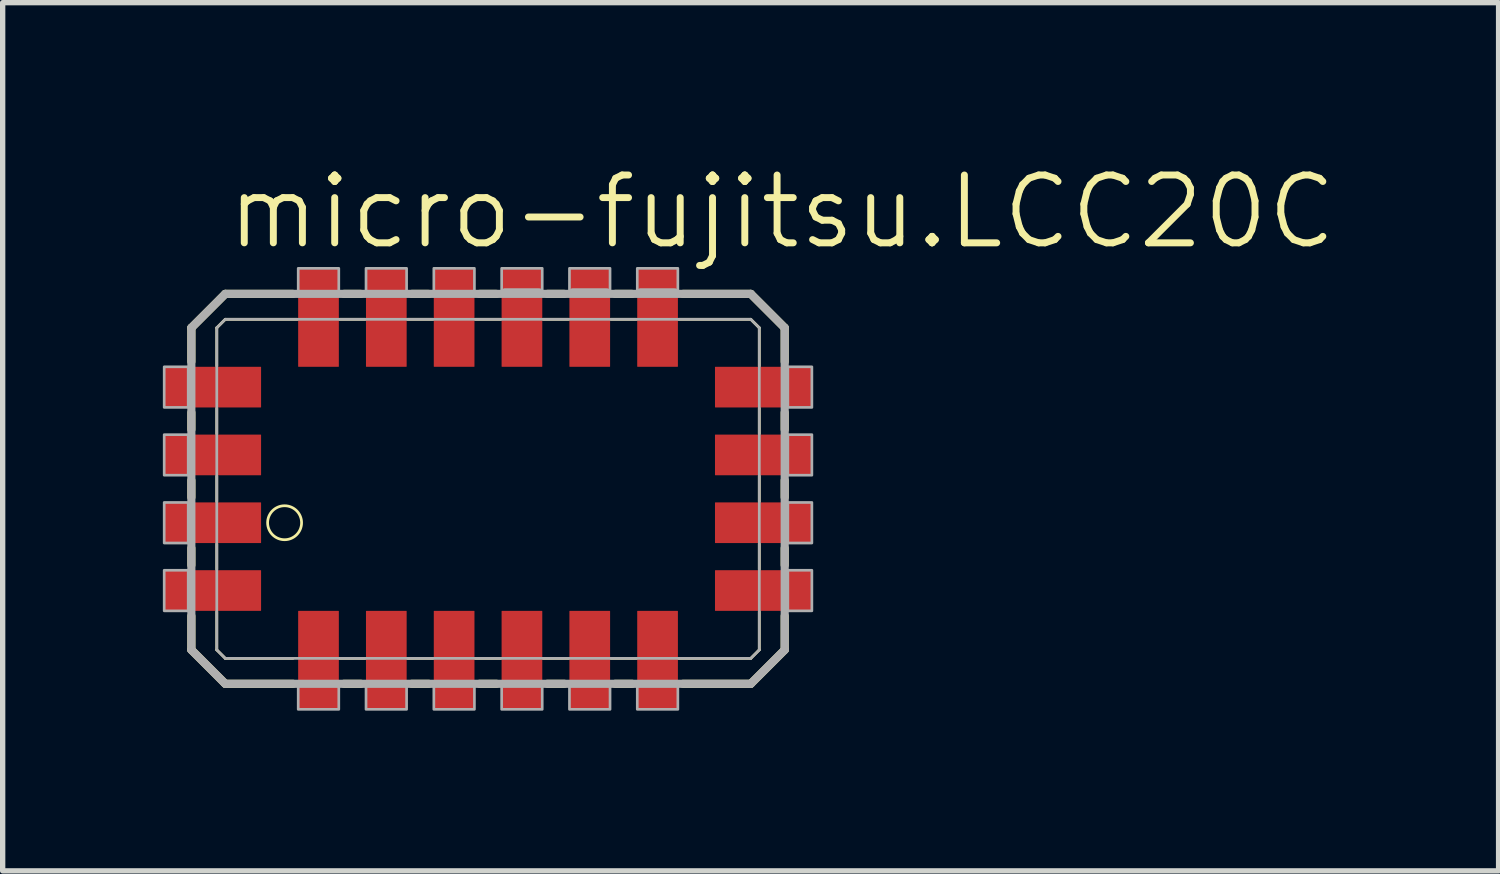
<source format=kicad_pcb>
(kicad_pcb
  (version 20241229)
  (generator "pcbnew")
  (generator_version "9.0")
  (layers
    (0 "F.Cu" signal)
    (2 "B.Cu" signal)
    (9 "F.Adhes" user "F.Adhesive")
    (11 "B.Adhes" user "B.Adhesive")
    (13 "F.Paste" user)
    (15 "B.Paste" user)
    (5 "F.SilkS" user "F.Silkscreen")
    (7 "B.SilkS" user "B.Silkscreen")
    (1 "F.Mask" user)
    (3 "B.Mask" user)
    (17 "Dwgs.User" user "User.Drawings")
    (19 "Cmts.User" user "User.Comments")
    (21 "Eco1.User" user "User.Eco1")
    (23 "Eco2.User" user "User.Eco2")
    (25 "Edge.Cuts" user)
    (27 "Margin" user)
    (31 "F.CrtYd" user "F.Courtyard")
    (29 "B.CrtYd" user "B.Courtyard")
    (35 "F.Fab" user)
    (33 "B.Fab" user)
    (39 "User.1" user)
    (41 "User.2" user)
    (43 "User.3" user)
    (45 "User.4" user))
  (footprint "micro-fujitsu.LCC20C"
    (layer "F.Cu")
    (at 5.455 6.105)
    (property "Reference" "micro-fujitsu.LCC20C" (at -4.318 -4.445 0) (layer "F.SilkS") (effects (font (size 1.27 1.27) (thickness 0.13)) (justify left bottom)))
    (attr smd)
    (fp_line (start -4.921 -3.016) (end -4.921 -2.381) (stroke (width 0.152) (type default)) (layer "F.SilkS"))
    (fp_line (start -4.921 -1.429) (end -4.921 -1.111) (stroke (width 0.152) (type default)) (layer "F.SilkS"))
    (fp_line (start -4.921 -0.159) (end -4.921 0.159) (stroke (width 0.152) (type default)) (layer "F.SilkS"))
    (fp_line (start -4.921 1.111) (end -4.921 1.429) (stroke (width 0.152) (type default)) (layer "F.SilkS"))
    (fp_line (start -4.921 2.381) (end -4.921 3.016) (stroke (width 0.152) (type default)) (layer "F.SilkS"))
    (fp_line (start -4.921 3.016) (end -4.286 3.651) (stroke (width 0.152) (type default)) (layer "F.SilkS"))
    (fp_line (start -4.445 -3.016) (end -4.286 -3.175) (stroke (width 0.051) (type default)) (layer "F.SilkS"))
    (fp_line (start -4.445 -2.302) (end -4.445 -3.016) (stroke (width 0.051) (type default)) (layer "F.SilkS"))
    (fp_line (start -4.445 -1.032) (end -4.445 -1.508) (stroke (width 0.051) (type default)) (layer "F.SilkS"))
    (fp_line (start -4.445 0.238) (end -4.445 -0.238) (stroke (width 0.051) (type default)) (layer "F.SilkS"))
    (fp_line (start -4.445 1.508) (end -4.445 1.032) (stroke (width 0.051) (type default)) (layer "F.SilkS"))
    (fp_line (start -4.445 3.016) (end -4.445 2.302) (stroke (width 0.051) (type default)) (layer "F.SilkS"))
    (fp_line (start -4.286 -3.651) (end -4.921 -3.016) (stroke (width 0.152) (type default)) (layer "F.SilkS"))
    (fp_line (start -4.286 -3.175) (end -2.937 -3.175) (stroke (width 0.051) (type default)) (layer "F.SilkS"))
    (fp_line (start -4.286 3.175) (end -4.445 3.016) (stroke (width 0.051) (type default)) (layer "F.SilkS"))
    (fp_line (start -4.286 3.651) (end -3.016 3.651) (stroke (width 0.152) (type default)) (layer "F.SilkS"))
    (fp_line (start -3.016 -3.651) (end -4.286 -3.651) (stroke (width 0.152) (type default)) (layer "F.SilkS"))
    (fp_line (start -3.016 3.175) (end -4.286 3.175) (stroke (width 0.051) (type default)) (layer "F.SilkS"))
    (fp_line (start -2.143 -3.175) (end -1.667 -3.175) (stroke (width 0.051) (type default)) (layer "F.SilkS"))
    (fp_line (start -2.064 3.651) (end -1.746 3.651) (stroke (width 0.152) (type default)) (layer "F.SilkS"))
    (fp_line (start -1.746 -3.651) (end -2.064 -3.651) (stroke (width 0.152) (type default)) (layer "F.SilkS"))
    (fp_line (start -1.667 3.175) (end -2.143 3.175) (stroke (width 0.051) (type default)) (layer "F.SilkS"))
    (fp_line (start -0.873 -3.175) (end -0.397 -3.175) (stroke (width 0.051) (type default)) (layer "F.SilkS"))
    (fp_line (start -0.794 3.651) (end -0.476 3.651) (stroke (width 0.152) (type default)) (layer "F.SilkS"))
    (fp_line (start -0.476 -3.651) (end -0.794 -3.651) (stroke (width 0.152) (type default)) (layer "F.SilkS"))
    (fp_line (start -0.397 3.175) (end -0.873 3.175) (stroke (width 0.051) (type default)) (layer "F.SilkS"))
    (fp_line (start 0.397 -3.175) (end 0.873 -3.175) (stroke (width 0.051) (type default)) (layer "F.SilkS"))
    (fp_line (start 0.476 3.651) (end 0.794 3.651) (stroke (width 0.152) (type default)) (layer "F.SilkS"))
    (fp_line (start 0.794 -3.651) (end 0.476 -3.651) (stroke (width 0.152) (type default)) (layer "F.SilkS"))
    (fp_line (start 0.873 3.175) (end 0.397 3.175) (stroke (width 0.051) (type default)) (layer "F.SilkS"))
    (fp_line (start 1.667 -3.175) (end 2.143 -3.175) (stroke (width 0.051) (type default)) (layer "F.SilkS"))
    (fp_line (start 1.746 3.651) (end 2.064 3.651) (stroke (width 0.152) (type default)) (layer "F.SilkS"))
    (fp_line (start 2.064 -3.651) (end 1.746 -3.651) (stroke (width 0.152) (type default)) (layer "F.SilkS"))
    (fp_line (start 2.143 3.175) (end 1.667 3.175) (stroke (width 0.051) (type default)) (layer "F.SilkS"))
    (fp_line (start 2.937 -3.175) (end 3.413 -3.175) (stroke (width 0.051) (type default)) (layer "F.SilkS"))
    (fp_line (start 3.016 3.651) (end 3.334 3.651) (stroke (width 0.152) (type default)) (layer "F.SilkS"))
    (fp_line (start 3.334 -3.651) (end 3.016 -3.651) (stroke (width 0.152) (type default)) (layer "F.SilkS"))
    (fp_line (start 3.413 3.175) (end 2.937 3.175) (stroke (width 0.051) (type default)) (layer "F.SilkS"))
    (fp_line (start 4.207 -3.175) (end 5.556 -3.175) (stroke (width 0.051) (type default)) (layer "F.SilkS"))
    (fp_line (start 4.286 3.651) (end 5.556 3.651) (stroke (width 0.152) (type default)) (layer "F.SilkS"))
    (fp_line (start 5.556 -3.651) (end 4.286 -3.651) (stroke (width 0.152) (type default)) (layer "F.SilkS"))
    (fp_line (start 5.556 -3.175) (end 5.715 -3.016) (stroke (width 0.051) (type default)) (layer "F.SilkS"))
    (fp_line (start 5.556 3.175) (end 4.207 3.175) (stroke (width 0.051) (type default)) (layer "F.SilkS"))
    (fp_line (start 5.556 3.651) (end 6.191 3.016) (stroke (width 0.152) (type default)) (layer "F.SilkS"))
    (fp_line (start 5.715 -3.016) (end 5.715 -2.302) (stroke (width 0.051) (type default)) (layer "F.SilkS"))
    (fp_line (start 5.715 -1.508) (end 5.715 -1.032) (stroke (width 0.051) (type default)) (layer "F.SilkS"))
    (fp_line (start 5.715 -0.238) (end 5.715 0.238) (stroke (width 0.051) (type default)) (layer "F.SilkS"))
    (fp_line (start 5.715 1.032) (end 5.715 1.508) (stroke (width 0.051) (type default)) (layer "F.SilkS"))
    (fp_line (start 5.715 2.302) (end 5.715 3.016) (stroke (width 0.051) (type default)) (layer "F.SilkS"))
    (fp_line (start 5.715 3.016) (end 5.556 3.175) (stroke (width 0.051) (type default)) (layer "F.SilkS"))
    (fp_line (start 6.191 -3.016) (end 5.556 -3.651) (stroke (width 0.152) (type default)) (layer "F.SilkS"))
    (fp_line (start 6.191 -2.381) (end 6.191 -3.016) (stroke (width 0.152) (type default)) (layer "F.SilkS"))
    (fp_line (start 6.191 -1.111) (end 6.191 -1.429) (stroke (width 0.152) (type default)) (layer "F.SilkS"))
    (fp_line (start 6.191 0.159) (end 6.191 -0.159) (stroke (width 0.152) (type default)) (layer "F.SilkS"))
    (fp_line (start 6.191 1.429) (end 6.191 1.111) (stroke (width 0.152) (type default)) (layer "F.SilkS"))
    (fp_line (start 6.191 3.016) (end 6.191 2.381) (stroke (width 0.152) (type default)) (layer "F.SilkS"))
    (fp_circle (center -3.175 0.635) (end -2.857 0.635) (stroke (width 0.051) (type default)) (fill no) (layer "F.SilkS"))
    (fp_line (start -4.921 -3.016) (end -4.921 3.016) (stroke (width 0.152) (type default)) (layer "F.Fab"))
    (fp_line (start -4.921 3.016) (end -4.286 3.651) (stroke (width 0.152) (type default)) (layer "F.Fab"))
    (fp_line (start -4.445 -3.016) (end -4.286 -3.175) (stroke (width 0.051) (type default)) (layer "F.Fab"))
    (fp_line (start -4.445 3.016) (end -4.445 -3.016) (stroke (width 0.051) (type default)) (layer "F.Fab"))
    (fp_line (start -4.286 -3.651) (end -4.921 -3.016) (stroke (width 0.152) (type default)) (layer "F.Fab"))
    (fp_line (start -4.286 -3.175) (end 5.556 -3.175) (stroke (width 0.051) (type default)) (layer "F.Fab"))
    (fp_line (start -4.286 3.175) (end -4.445 3.016) (stroke (width 0.051) (type default)) (layer "F.Fab"))
    (fp_line (start -4.286 3.651) (end 5.556 3.651) (stroke (width 0.152) (type default)) (layer "F.Fab"))
    (fp_line (start 0.95 -3.68) (end 1.59 -3.68) (stroke (width 0.152) (type default)) (layer "F.Fab"))
    (fp_line (start 2.22 -3.68) (end 2.86 -3.68) (stroke (width 0.152) (type default)) (layer "F.Fab"))
    (fp_line (start 3.49 -3.68) (end 4.13 -3.68) (stroke (width 0.152) (type default)) (layer "F.Fab"))
    (fp_line (start 5.556 -3.651) (end -4.286 -3.651) (stroke (width 0.152) (type default)) (layer "F.Fab"))
    (fp_line (start 5.556 -3.175) (end 5.715 -3.016) (stroke (width 0.051) (type default)) (layer "F.Fab"))
    (fp_line (start 5.556 3.175) (end -4.286 3.175) (stroke (width 0.051) (type default)) (layer "F.Fab"))
    (fp_line (start 5.556 3.651) (end 6.191 3.016) (stroke (width 0.152) (type default)) (layer "F.Fab"))
    (fp_line (start 5.715 -3.016) (end 5.715 3.016) (stroke (width 0.051) (type default)) (layer "F.Fab"))
    (fp_line (start 5.715 3.016) (end 5.556 3.175) (stroke (width 0.051) (type default)) (layer "F.Fab"))
    (fp_line (start 6.191 -3.016) (end 5.556 -3.651) (stroke (width 0.152) (type default)) (layer "F.Fab"))
    (fp_line (start 6.191 3.016) (end 6.191 -3.016) (stroke (width 0.152) (type default)) (layer "F.Fab"))
    (fp_rect (start -5.43 -1.525) (end -4.98 -2.285) (stroke (width 0.05) (type default)) (fill no) (layer "F.Fab"))
    (fp_rect (start -5.43 -0.255) (end -4.98 -1.015) (stroke (width 0.05) (type default)) (fill no) (layer "F.Fab"))
    (fp_rect (start -5.43 1.015) (end -4.98 0.255) (stroke (width 0.05) (type default)) (fill no) (layer "F.Fab"))
    (fp_rect (start -5.43 2.285) (end -4.98 1.525) (stroke (width 0.05) (type default)) (fill no) (layer "F.Fab"))
    (fp_rect (start -2.92 -3.68) (end -2.16 -4.13) (stroke (width 0.05) (type default)) (fill no) (layer "F.Fab"))
    (fp_rect (start -2.92 4.13) (end -2.16 3.68) (stroke (width 0.05) (type default)) (fill no) (layer "F.Fab"))
    (fp_rect (start -1.65 -3.68) (end -0.89 -4.13) (stroke (width 0.05) (type default)) (fill no) (layer "F.Fab"))
    (fp_rect (start -1.65 4.13) (end -0.89 3.68) (stroke (width 0.05) (type default)) (fill no) (layer "F.Fab"))
    (fp_rect (start -0.38 -3.68) (end 0.38 -4.13) (stroke (width 0.05) (type default)) (fill no) (layer "F.Fab"))
    (fp_rect (start -0.38 4.13) (end 0.38 3.68) (stroke (width 0.05) (type default)) (fill no) (layer "F.Fab"))
    (fp_rect (start 0.89 -3.68) (end 1.65 -4.13) (stroke (width 0.05) (type default)) (fill no) (layer "F.Fab"))
    (fp_rect (start 0.89 4.13) (end 1.65 3.68) (stroke (width 0.05) (type default)) (fill no) (layer "F.Fab"))
    (fp_rect (start 2.16 -3.68) (end 2.92 -4.13) (stroke (width 0.05) (type default)) (fill no) (layer "F.Fab"))
    (fp_rect (start 2.16 4.13) (end 2.92 3.68) (stroke (width 0.05) (type default)) (fill no) (layer "F.Fab"))
    (fp_rect (start 3.43 -3.68) (end 4.19 -4.13) (stroke (width 0.05) (type default)) (fill no) (layer "F.Fab"))
    (fp_rect (start 3.43 4.13) (end 4.19 3.68) (stroke (width 0.05) (type default)) (fill no) (layer "F.Fab"))
    (fp_rect (start 6.25 -1.525) (end 6.7 -2.285) (stroke (width 0.05) (type default)) (fill no) (layer "F.Fab"))
    (fp_rect (start 6.25 -0.255) (end 6.7 -1.015) (stroke (width 0.05) (type default)) (fill no) (layer "F.Fab"))
    (fp_rect (start 6.25 1.015) (end 6.7 0.255) (stroke (width 0.05) (type default)) (fill no) (layer "F.Fab"))
    (fp_rect (start 6.25 2.285) (end 6.7 1.525) (stroke (width 0.05) (type default)) (fill no) (layer "F.Fab"))
    (pad "1" smd roundrect (at -4.53 0.635) (size 1.829 0.762) (layers "F.Cu" "F.Mask" "F.Paste") (roundrect_rratio 0.01))
    (pad "2" smd roundrect (at -4.53 1.905) (size 1.829 0.762) (layers "F.Cu" "F.Mask" "F.Paste") (roundrect_rratio 0.01))
    (pad "3" smd roundrect (at -2.54 3.2) (size 0.762 1.829) (layers "F.Cu" "F.Mask" "F.Paste") (roundrect_rratio 0.01))
    (pad "4" smd roundrect (at -1.27 3.2) (size 0.762 1.829) (layers "F.Cu" "F.Mask" "F.Paste") (roundrect_rratio 0.01))
    (pad "5" smd roundrect (at 0 3.2) (size 0.762 1.829) (layers "F.Cu" "F.Mask" "F.Paste") (roundrect_rratio 0.01))
    (pad "6" smd roundrect (at 1.27 3.2) (size 0.762 1.829) (layers "F.Cu" "F.Mask" "F.Paste") (roundrect_rratio 0.01))
    (pad "7" smd roundrect (at 2.54 3.2) (size 0.762 1.829) (layers "F.Cu" "F.Mask" "F.Paste") (roundrect_rratio 0.01))
    (pad "8" smd roundrect (at 3.81 3.2) (size 0.762 1.829) (layers "F.Cu" "F.Mask" "F.Paste") (roundrect_rratio 0.01))
    (pad "9" smd roundrect (at 5.8 1.905) (size 1.829 0.762) (layers "F.Cu" "F.Mask" "F.Paste") (roundrect_rratio 0.01))
    (pad "10" smd roundrect (at 5.8 0.635) (size 1.829 0.762) (layers "F.Cu" "F.Mask" "F.Paste") (roundrect_rratio 0.01))
    (pad "11" smd roundrect (at 5.8 -0.635) (size 1.829 0.762) (layers "F.Cu" "F.Mask" "F.Paste") (roundrect_rratio 0.01))
    (pad "12" smd roundrect (at 5.8 -1.905) (size 1.829 0.762) (layers "F.Cu" "F.Mask" "F.Paste") (roundrect_rratio 0.01))
    (pad "13" smd roundrect (at 3.81 -3.2) (size 0.762 1.829) (layers "F.Cu" "F.Mask" "F.Paste") (roundrect_rratio 0.01))
    (pad "14" smd roundrect (at 2.54 -3.2) (size 0.762 1.829) (layers "F.Cu" "F.Mask" "F.Paste") (roundrect_rratio 0.01))
    (pad "15" smd roundrect (at 1.27 -3.2) (size 0.762 1.829) (layers "F.Cu" "F.Mask" "F.Paste") (roundrect_rratio 0.01))
    (pad "16" smd roundrect (at 0 -3.2) (size 0.762 1.829) (layers "F.Cu" "F.Mask" "F.Paste") (roundrect_rratio 0.01))
    (pad "17" smd roundrect (at -1.27 -3.2) (size 0.762 1.829) (layers "F.Cu" "F.Mask" "F.Paste") (roundrect_rratio 0.01))
    (pad "18" smd roundrect (at -2.54 -3.2) (size 0.762 1.829) (layers "F.Cu" "F.Mask" "F.Paste") (roundrect_rratio 0.01))
    (pad "19" smd roundrect (at -4.53 -1.905) (size 1.829 0.762) (layers "F.Cu" "F.Mask" "F.Paste") (roundrect_rratio 0.01))
    (pad "20" smd roundrect (at -4.53 -0.635) (size 1.829 0.762) (layers "F.Cu" "F.Mask" "F.Paste") (roundrect_rratio 0.01)))
  (gr_rect
    (start -3 -3)
    (end 25.016 13.26)
    (stroke (width 0.1) (type default))
    (fill no)
    (layer "Edge.Cuts")))
</source>
